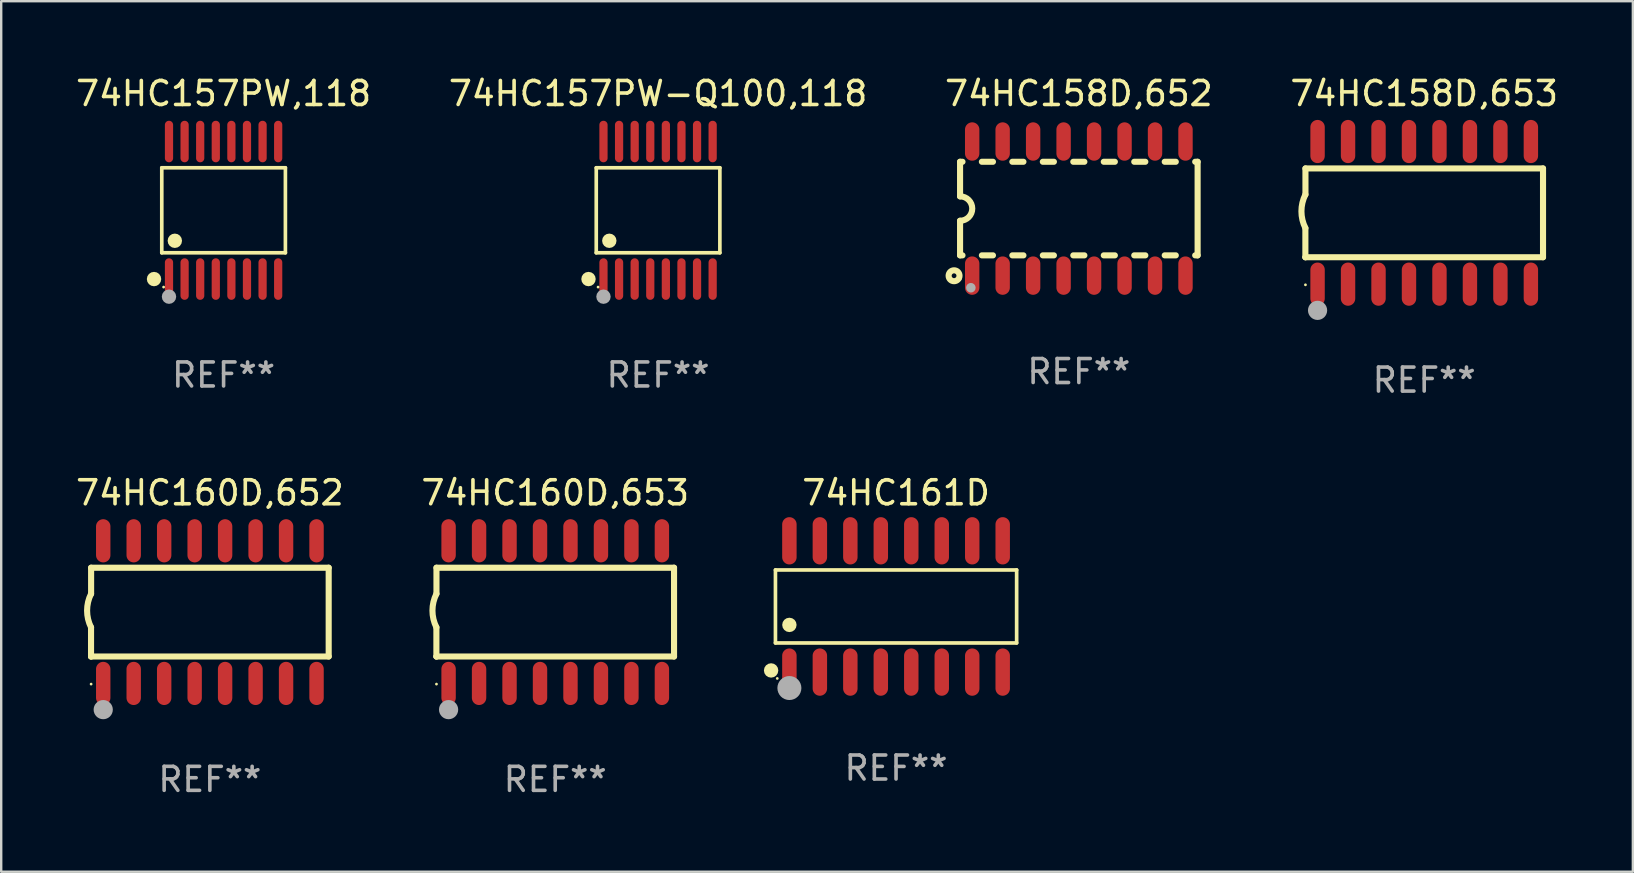
<source format=kicad_pcb>
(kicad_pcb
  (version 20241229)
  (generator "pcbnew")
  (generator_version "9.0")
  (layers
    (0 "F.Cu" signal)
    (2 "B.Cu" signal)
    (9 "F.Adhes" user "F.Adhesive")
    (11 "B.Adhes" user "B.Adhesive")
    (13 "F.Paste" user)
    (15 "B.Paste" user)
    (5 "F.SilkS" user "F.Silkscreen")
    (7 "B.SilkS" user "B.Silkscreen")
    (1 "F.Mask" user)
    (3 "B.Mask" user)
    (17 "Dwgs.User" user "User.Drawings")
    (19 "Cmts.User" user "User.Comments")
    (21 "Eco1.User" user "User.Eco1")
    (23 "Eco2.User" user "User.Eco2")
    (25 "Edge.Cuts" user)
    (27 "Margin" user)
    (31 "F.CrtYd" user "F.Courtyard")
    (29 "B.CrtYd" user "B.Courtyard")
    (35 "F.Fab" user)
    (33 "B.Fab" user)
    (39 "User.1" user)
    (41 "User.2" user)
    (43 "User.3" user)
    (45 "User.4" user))
  (footprint "74HC160D,652"
    (layer "F.Cu")
    (at 5.696 22.46)
    (property "Reference" "74HC160D,652" (at 0 -4.972 0) (layer "F.SilkS") (effects (font (size 1 1) (thickness 0.15))))
    (attr through_hole)
    (fp_line (start -4.952 0.635) (end -4.952 1.85) (stroke (width 0.254) (type solid)) (layer "F.SilkS"))
    (fp_line (start -4.952 1.85) (end -4.949 1.85) (stroke (width 0.254) (type solid)) (layer "F.SilkS"))
    (fp_line (start -4.949 -1.85) (end -4.949 -0.762) (stroke (width 0.254) (type solid)) (layer "F.SilkS"))
    (fp_line (start -4.949 1.85) (end 4.952 1.85) (stroke (width 0.254) (type solid)) (layer "F.SilkS"))
    (fp_line (start 4.952 -1.85) (end -4.949 -1.85) (stroke (width 0.254) (type solid)) (layer "F.SilkS"))
    (fp_line (start 4.952 1.85) (end 4.952 -1.85) (stroke (width 0.254) (type solid)) (layer "F.SilkS"))
    (fp_arc (start -4.951524 0.635001) (mid -5.116418 -0.0635) (end -4.951524 -0.762002) (stroke (width 0.254001) (type solid)) (layer "F.SilkS"))
    (fp_circle (center -4.949 3) (end -4.919 3) (stroke (width 0.06) (type solid)) (fill no) (layer "F.SilkS"))
    (fp_circle (center -4.444 4.064) (end -4.244 4.064) (stroke (width 0.4) (type solid)) (fill no) (layer "F.Fab"))
    (fp_text user "REF**" (at 0 6.972 0) (layer "F.Fab") (effects (font (size 1 1) (thickness 0.15))))
    (pad "1" smd oval (at -4.444 2.972 180) (size 0.6 1.8) (layers "F.Cu" "F.Mask" "F.Paste"))
    (pad "2" smd oval (at -3.174 2.972 180) (size 0.6 1.8) (layers "F.Cu" "F.Mask" "F.Paste"))
    (pad "3" smd oval (at -1.904 2.972 180) (size 0.6 1.8) (layers "F.Cu" "F.Mask" "F.Paste"))
    (pad "4" smd oval (at -0.634 2.972 180) (size 0.6 1.8) (layers "F.Cu" "F.Mask" "F.Paste"))
    (pad "5" smd oval (at 0.636 2.972 180) (size 0.6 1.8) (layers "F.Cu" "F.Mask" "F.Paste"))
    (pad "6" smd oval (at 1.906 2.972 180) (size 0.6 1.8) (layers "F.Cu" "F.Mask" "F.Paste"))
    (pad "7" smd oval (at 3.176 2.972 180) (size 0.6 1.8) (layers "F.Cu" "F.Mask" "F.Paste"))
    (pad "8" smd oval (at 4.446 2.972 180) (size 0.6 1.8) (layers "F.Cu" "F.Mask" "F.Paste"))
    (pad "9" smd oval (at 4.446 -2.972 180) (size 0.6 1.8) (layers "F.Cu" "F.Mask" "F.Paste"))
    (pad "10" smd oval (at 3.176 -2.972 180) (size 0.6 1.8) (layers "F.Cu" "F.Mask" "F.Paste"))
    (pad "11" smd oval (at 1.906 -2.972 180) (size 0.6 1.8) (layers "F.Cu" "F.Mask" "F.Paste"))
    (pad "12" smd oval (at 0.636 -2.972 180) (size 0.6 1.8) (layers "F.Cu" "F.Mask" "F.Paste"))
    (pad "13" smd oval (at -0.634 -2.972 180) (size 0.6 1.8) (layers "F.Cu" "F.Mask" "F.Paste"))
    (pad "14" smd oval (at -1.904 -2.972 180) (size 0.6 1.8) (layers "F.Cu" "F.Mask" "F.Paste"))
    (pad "15" smd oval (at -3.174 -2.972 180) (size 0.6 1.8) (layers "F.Cu" "F.Mask" "F.Paste"))
    (pad "16" smd oval (at -4.444 -2.972 180) (size 0.6 1.8) (layers "F.Cu" "F.Mask" "F.Paste")))
  (footprint "74HC160D,653"
    (layer "F.Cu")
    (at 20.089 22.46)
    (property "Reference" "74HC160D,653" (at 0 -4.972 0) (layer "F.SilkS") (effects (font (size 1 1) (thickness 0.15))))
    (attr through_hole)
    (fp_line (start -4.952 0.635) (end -4.952 1.85) (stroke (width 0.254) (type solid)) (layer "F.SilkS"))
    (fp_line (start -4.952 1.85) (end -4.949 1.85) (stroke (width 0.254) (type solid)) (layer "F.SilkS"))
    (fp_line (start -4.949 -1.85) (end -4.949 -0.762) (stroke (width 0.254) (type solid)) (layer "F.SilkS"))
    (fp_line (start -4.949 1.85) (end 4.952 1.85) (stroke (width 0.254) (type solid)) (layer "F.SilkS"))
    (fp_line (start 4.952 -1.85) (end -4.949 -1.85) (stroke (width 0.254) (type solid)) (layer "F.SilkS"))
    (fp_line (start 4.952 1.85) (end 4.952 -1.85) (stroke (width 0.254) (type solid)) (layer "F.SilkS"))
    (fp_arc (start -4.951524 0.635001) (mid -5.116418 -0.0635) (end -4.951524 -0.762002) (stroke (width 0.254001) (type solid)) (layer "F.SilkS"))
    (fp_circle (center -4.949 3) (end -4.919 3) (stroke (width 0.06) (type solid)) (fill no) (layer "F.SilkS"))
    (fp_circle (center -4.444 4.064) (end -4.244 4.064) (stroke (width 0.4) (type solid)) (fill no) (layer "F.Fab"))
    (fp_text user "REF**" (at 0 6.972 0) (layer "F.Fab") (effects (font (size 1 1) (thickness 0.15))))
    (pad "1" smd oval (at -4.444 2.972 180) (size 0.6 1.8) (layers "F.Cu" "F.Mask" "F.Paste"))
    (pad "2" smd oval (at -3.174 2.972 180) (size 0.6 1.8) (layers "F.Cu" "F.Mask" "F.Paste"))
    (pad "3" smd oval (at -1.904 2.972 180) (size 0.6 1.8) (layers "F.Cu" "F.Mask" "F.Paste"))
    (pad "4" smd oval (at -0.634 2.972 180) (size 0.6 1.8) (layers "F.Cu" "F.Mask" "F.Paste"))
    (pad "5" smd oval (at 0.636 2.972 180) (size 0.6 1.8) (layers "F.Cu" "F.Mask" "F.Paste"))
    (pad "6" smd oval (at 1.906 2.972 180) (size 0.6 1.8) (layers "F.Cu" "F.Mask" "F.Paste"))
    (pad "7" smd oval (at 3.176 2.972 180) (size 0.6 1.8) (layers "F.Cu" "F.Mask" "F.Paste"))
    (pad "8" smd oval (at 4.446 2.972 180) (size 0.6 1.8) (layers "F.Cu" "F.Mask" "F.Paste"))
    (pad "9" smd oval (at 4.446 -2.972 180) (size 0.6 1.8) (layers "F.Cu" "F.Mask" "F.Paste"))
    (pad "10" smd oval (at 3.176 -2.972 180) (size 0.6 1.8) (layers "F.Cu" "F.Mask" "F.Paste"))
    (pad "11" smd oval (at 1.906 -2.972 180) (size 0.6 1.8) (layers "F.Cu" "F.Mask" "F.Paste"))
    (pad "12" smd oval (at 0.636 -2.972 180) (size 0.6 1.8) (layers "F.Cu" "F.Mask" "F.Paste"))
    (pad "13" smd oval (at -0.634 -2.972 180) (size 0.6 1.8) (layers "F.Cu" "F.Mask" "F.Paste"))
    (pad "14" smd oval (at -1.904 -2.972 180) (size 0.6 1.8) (layers "F.Cu" "F.Mask" "F.Paste"))
    (pad "15" smd oval (at -3.174 -2.972 180) (size 0.6 1.8) (layers "F.Cu" "F.Mask" "F.Paste"))
    (pad "16" smd oval (at -4.444 -2.972 180) (size 0.6 1.8) (layers "F.Cu" "F.Mask" "F.Paste")))
  (footprint "74HC157PW,118"
    (layer "F.Cu")
    (at 6.268 5.714)
    (property "Reference" "74HC157PW,118" (at 0 -4.866 0) (layer "F.SilkS") (effects (font (size 1 1) (thickness 0.15))))
    (attr through_hole)
    (fp_line (start -2.576 -1.772) (end 2.576 -1.772) (stroke (width 0.152) (type solid)) (layer "F.SilkS"))
    (fp_line (start -2.576 1.771) (end -2.576 -1.772) (stroke (width 0.152) (type solid)) (layer "F.SilkS"))
    (fp_line (start 2.576 -1.772) (end 2.576 1.771) (stroke (width 0.152) (type solid)) (layer "F.SilkS"))
    (fp_line (start 2.576 1.771) (end -2.576 1.771) (stroke (width 0.152) (type solid)) (layer "F.SilkS"))
    (fp_circle (center -2.899 2.866) (end -2.749 2.866) (stroke (width 0.3) (type solid)) (fill no) (layer "F.SilkS"))
    (fp_circle (center -2.5 3.2) (end -2.47 3.2) (stroke (width 0.06) (type solid)) (fill no) (layer "F.SilkS"))
    (fp_circle (center -2.032 1.27) (end -1.882 1.27) (stroke (width 0.3) (type solid)) (fill no) (layer "F.SilkS"))
    (fp_circle (center -2.275 3.6) (end -2.125 3.6) (stroke (width 0.3) (type solid)) (fill no) (layer "F.Fab"))
    (fp_text user "REF**" (at 0 6.866 0) (layer "F.Fab") (effects (font (size 1 1) (thickness 0.15))))
    (pad "1" smd oval (at -2.275 2.866) (size 0.343 1.731) (layers "F.Cu" "F.Mask" "F.Paste"))
    (pad "2" smd oval (at -1.625 2.866) (size 0.343 1.731) (layers "F.Cu" "F.Mask" "F.Paste"))
    (pad "3" smd oval (at -0.975 2.866) (size 0.343 1.731) (layers "F.Cu" "F.Mask" "F.Paste"))
    (pad "4" smd oval (at -0.325 2.866) (size 0.343 1.731) (layers "F.Cu" "F.Mask" "F.Paste"))
    (pad "5" smd oval (at 0.325 2.866) (size 0.343 1.731) (layers "F.Cu" "F.Mask" "F.Paste"))
    (pad "6" smd oval (at 0.975 2.866) (size 0.343 1.731) (layers "F.Cu" "F.Mask" "F.Paste"))
    (pad "7" smd oval (at 1.625 2.866) (size 0.343 1.731) (layers "F.Cu" "F.Mask" "F.Paste"))
    (pad "8" smd oval (at 2.275 2.866) (size 0.343 1.731) (layers "F.Cu" "F.Mask" "F.Paste"))
    (pad "9" smd oval (at 2.275 -2.866) (size 0.343 1.731) (layers "F.Cu" "F.Mask" "F.Paste"))
    (pad "10" smd oval (at 1.625 -2.866) (size 0.343 1.731) (layers "F.Cu" "F.Mask" "F.Paste"))
    (pad "11" smd oval (at 0.975 -2.866) (size 0.343 1.731) (layers "F.Cu" "F.Mask" "F.Paste"))
    (pad "12" smd oval (at 0.325 -2.866) (size 0.343 1.731) (layers "F.Cu" "F.Mask" "F.Paste"))
    (pad "13" smd oval (at -0.325 -2.866) (size 0.343 1.731) (layers "F.Cu" "F.Mask" "F.Paste"))
    (pad "14" smd oval (at -0.975 -2.866) (size 0.343 1.731) (layers "F.Cu" "F.Mask" "F.Paste"))
    (pad "15" smd oval (at -1.625 -2.866) (size 0.343 1.731) (layers "F.Cu" "F.Mask" "F.Paste"))
    (pad "16" smd oval (at -2.275 -2.866) (size 0.343 1.731) (layers "F.Cu" "F.Mask" "F.Paste")))
  (footprint "74HC157PW-Q100,118"
    (layer "F.Cu")
    (at 24.375 5.714)
    (property "Reference" "74HC157PW-Q100,118" (at 0 -4.866 0) (layer "F.SilkS") (effects (font (size 1 1) (thickness 0.15))))
    (attr through_hole)
    (fp_line (start -2.576 -1.772) (end 2.576 -1.772) (stroke (width 0.152) (type solid)) (layer "F.SilkS"))
    (fp_line (start -2.576 1.771) (end -2.576 -1.772) (stroke (width 0.152) (type solid)) (layer "F.SilkS"))
    (fp_line (start 2.576 -1.772) (end 2.576 1.771) (stroke (width 0.152) (type solid)) (layer "F.SilkS"))
    (fp_line (start 2.576 1.771) (end -2.576 1.771) (stroke (width 0.152) (type solid)) (layer "F.SilkS"))
    (fp_circle (center -2.899 2.866) (end -2.749 2.866) (stroke (width 0.3) (type solid)) (fill no) (layer "F.SilkS"))
    (fp_circle (center -2.5 3.2) (end -2.47 3.2) (stroke (width 0.06) (type solid)) (fill no) (layer "F.SilkS"))
    (fp_circle (center -2.032 1.27) (end -1.882 1.27) (stroke (width 0.3) (type solid)) (fill no) (layer "F.SilkS"))
    (fp_circle (center -2.275 3.6) (end -2.125 3.6) (stroke (width 0.3) (type solid)) (fill no) (layer "F.Fab"))
    (fp_text user "REF**" (at 0 6.866 0) (layer "F.Fab") (effects (font (size 1 1) (thickness 0.15))))
    (pad "1" smd oval (at -2.275 2.866) (size 0.343 1.731) (layers "F.Cu" "F.Mask" "F.Paste"))
    (pad "2" smd oval (at -1.625 2.866) (size 0.343 1.731) (layers "F.Cu" "F.Mask" "F.Paste"))
    (pad "3" smd oval (at -0.975 2.866) (size 0.343 1.731) (layers "F.Cu" "F.Mask" "F.Paste"))
    (pad "4" smd oval (at -0.325 2.866) (size 0.343 1.731) (layers "F.Cu" "F.Mask" "F.Paste"))
    (pad "5" smd oval (at 0.325 2.866) (size 0.343 1.731) (layers "F.Cu" "F.Mask" "F.Paste"))
    (pad "6" smd oval (at 0.975 2.866) (size 0.343 1.731) (layers "F.Cu" "F.Mask" "F.Paste"))
    (pad "7" smd oval (at 1.625 2.866) (size 0.343 1.731) (layers "F.Cu" "F.Mask" "F.Paste"))
    (pad "8" smd oval (at 2.275 2.866) (size 0.343 1.731) (layers "F.Cu" "F.Mask" "F.Paste"))
    (pad "9" smd oval (at 2.275 -2.866) (size 0.343 1.731) (layers "F.Cu" "F.Mask" "F.Paste"))
    (pad "10" smd oval (at 1.625 -2.866) (size 0.343 1.731) (layers "F.Cu" "F.Mask" "F.Paste"))
    (pad "11" smd oval (at 0.975 -2.866) (size 0.343 1.731) (layers "F.Cu" "F.Mask" "F.Paste"))
    (pad "12" smd oval (at 0.325 -2.866) (size 0.343 1.731) (layers "F.Cu" "F.Mask" "F.Paste"))
    (pad "13" smd oval (at -0.325 -2.866) (size 0.343 1.731) (layers "F.Cu" "F.Mask" "F.Paste"))
    (pad "14" smd oval (at -0.975 -2.866) (size 0.343 1.731) (layers "F.Cu" "F.Mask" "F.Paste"))
    (pad "15" smd oval (at -1.625 -2.866) (size 0.343 1.731) (layers "F.Cu" "F.Mask" "F.Paste"))
    (pad "16" smd oval (at -2.275 -2.866) (size 0.343 1.731) (layers "F.Cu" "F.Mask" "F.Paste")))
  (footprint "74HC158D,652"
    (layer "F.Cu")
    (at 41.911 5.642)
    (property "Reference" "74HC158D,652" (at 0 -4.794 0) (layer "F.SilkS") (effects (font (size 1 1) (thickness 0.15))))
    (attr through_hole)
    (fp_line (start -4.95 -1.95) (end -4.95 -0.508) (stroke (width 0.254) (type solid)) (layer "F.SilkS"))
    (fp_line (start -4.95 -1.95) (end -4.849 -1.95) (stroke (width 0.254) (type solid)) (layer "F.SilkS"))
    (fp_line (start -4.95 1.95) (end -4.95 0.508) (stroke (width 0.254) (type solid)) (layer "F.SilkS"))
    (fp_line (start -4.95 1.95) (end -4.849 1.95) (stroke (width 0.254) (type solid)) (layer "F.SilkS"))
    (fp_line (start -4.041 -1.95) (end -3.579 -1.95) (stroke (width 0.254) (type solid)) (layer "F.SilkS"))
    (fp_line (start -4.041 1.95) (end -3.579 1.95) (stroke (width 0.254) (type solid)) (layer "F.SilkS"))
    (fp_line (start -2.771 -1.95) (end -2.309 -1.95) (stroke (width 0.254) (type solid)) (layer "F.SilkS"))
    (fp_line (start -2.771 1.95) (end -2.309 1.95) (stroke (width 0.254) (type solid)) (layer "F.SilkS"))
    (fp_line (start -1.501 -1.95) (end -1.039 -1.95) (stroke (width 0.254) (type solid)) (layer "F.SilkS"))
    (fp_line (start -1.501 1.95) (end -1.039 1.95) (stroke (width 0.254) (type solid)) (layer "F.SilkS"))
    (fp_line (start -0.231 -1.95) (end 0.231 -1.95) (stroke (width 0.254) (type solid)) (layer "F.SilkS"))
    (fp_line (start -0.231 1.95) (end 0.231 1.95) (stroke (width 0.254) (type solid)) (layer "F.SilkS"))
    (fp_line (start 1.039 -1.95) (end 1.501 -1.95) (stroke (width 0.254) (type solid)) (layer "F.SilkS"))
    (fp_line (start 1.039 1.95) (end 1.501 1.95) (stroke (width 0.254) (type solid)) (layer "F.SilkS"))
    (fp_line (start 2.309 -1.95) (end 2.771 -1.95) (stroke (width 0.254) (type solid)) (layer "F.SilkS"))
    (fp_line (start 2.309 1.95) (end 2.771 1.95) (stroke (width 0.254) (type solid)) (layer "F.SilkS"))
    (fp_line (start 3.579 -1.95) (end 4.041 -1.95) (stroke (width 0.254) (type solid)) (layer "F.SilkS"))
    (fp_line (start 3.579 1.95) (end 4.041 1.95) (stroke (width 0.254) (type solid)) (layer "F.SilkS"))
    (fp_line (start 4.849 -1.95) (end 4.95 -1.95) (stroke (width 0.254) (type solid)) (layer "F.SilkS"))
    (fp_line (start 4.849 1.95) (end 4.95 1.95) (stroke (width 0.254) (type solid)) (layer "F.SilkS"))
    (fp_line (start 4.95 -1.95) (end 4.95 1.95) (stroke (width 0.254) (type solid)) (layer "F.SilkS"))
    (fp_arc (start -4.95047 -0.508001) (mid -4.442469 -0.000228) (end -4.950013 0.508001) (stroke (width 0.254001) (type solid)) (layer "F.SilkS"))
    (fp_circle (center -5.2 2.8) (end -5.1 2.8) (stroke (width 0.254) (type solid)) (fill no) (layer "F.SilkS"))
    (fp_circle (center -4.95 2.947) (end -4.92 2.947) (stroke (width 0.06) (type solid)) (fill no) (layer "F.SilkS"))
    (fp_circle (center -4.5 3.3) (end -4.4 3.3) (stroke (width 0.2) (type solid)) (fill no) (layer "F.Fab"))
    (fp_text user "REF**" (at 0 6.794 0) (layer "F.Fab") (effects (font (size 1 1) (thickness 0.15))))
    (pad "1" smd oval (at -4.445 2.794) (size 0.6 1.6) (layers "F.Cu" "F.Mask" "F.Paste"))
    (pad "2" smd oval (at -3.175 2.794) (size 0.6 1.6) (layers "F.Cu" "F.Mask" "F.Paste"))
    (pad "3" smd oval (at -1.905 2.794) (size 0.6 1.6) (layers "F.Cu" "F.Mask" "F.Paste"))
    (pad "4" smd oval (at -0.635 2.794) (size 0.6 1.6) (layers "F.Cu" "F.Mask" "F.Paste"))
    (pad "5" smd oval (at 0.635 2.794) (size 0.6 1.6) (layers "F.Cu" "F.Mask" "F.Paste"))
    (pad "6" smd oval (at 1.905 2.794) (size 0.6 1.6) (layers "F.Cu" "F.Mask" "F.Paste"))
    (pad "7" smd oval (at 3.175 2.794) (size 0.6 1.6) (layers "F.Cu" "F.Mask" "F.Paste"))
    (pad "8" smd oval (at 4.445 2.794) (size 0.6 1.6) (layers "F.Cu" "F.Mask" "F.Paste"))
    (pad "9" smd oval (at 4.445 -2.794) (size 0.6 1.6) (layers "F.Cu" "F.Mask" "F.Paste"))
    (pad "10" smd oval (at 3.175 -2.794) (size 0.6 1.6) (layers "F.Cu" "F.Mask" "F.Paste"))
    (pad "11" smd oval (at 1.905 -2.794) (size 0.6 1.6) (layers "F.Cu" "F.Mask" "F.Paste"))
    (pad "12" smd oval (at 0.635 -2.794) (size 0.6 1.6) (layers "F.Cu" "F.Mask" "F.Paste"))
    (pad "13" smd oval (at -0.635 -2.794) (size 0.6 1.6) (layers "F.Cu" "F.Mask" "F.Paste"))
    (pad "14" smd oval (at -1.905 -2.794) (size 0.6 1.6) (layers "F.Cu" "F.Mask" "F.Paste"))
    (pad "15" smd oval (at -3.175 -2.794) (size 0.6 1.6) (layers "F.Cu" "F.Mask" "F.Paste"))
    (pad "16" smd oval (at -4.445 -2.794) (size 0.6 1.6) (layers "F.Cu" "F.Mask" "F.Paste")))
  (footprint "74HC158D,653"
    (layer "F.Cu")
    (at 56.304 5.82)
    (property "Reference" "74HC158D,653" (at 0 -4.972 0) (layer "F.SilkS") (effects (font (size 1 1) (thickness 0.15))))
    (attr through_hole)
    (fp_line (start -4.952 0.635) (end -4.952 1.85) (stroke (width 0.254) (type solid)) (layer "F.SilkS"))
    (fp_line (start -4.952 1.85) (end -4.949 1.85) (stroke (width 0.254) (type solid)) (layer "F.SilkS"))
    (fp_line (start -4.949 -1.85) (end -4.949 -0.762) (stroke (width 0.254) (type solid)) (layer "F.SilkS"))
    (fp_line (start -4.949 1.85) (end 4.952 1.85) (stroke (width 0.254) (type solid)) (layer "F.SilkS"))
    (fp_line (start 4.952 -1.85) (end -4.949 -1.85) (stroke (width 0.254) (type solid)) (layer "F.SilkS"))
    (fp_line (start 4.952 1.85) (end 4.952 -1.85) (stroke (width 0.254) (type solid)) (layer "F.SilkS"))
    (fp_arc (start -4.951524 0.635001) (mid -5.116418 -0.0635) (end -4.951524 -0.762002) (stroke (width 0.254001) (type solid)) (layer "F.SilkS"))
    (fp_circle (center -4.949 3) (end -4.919 3) (stroke (width 0.06) (type solid)) (fill no) (layer "F.SilkS"))
    (fp_circle (center -4.444 4.064) (end -4.244 4.064) (stroke (width 0.4) (type solid)) (fill no) (layer "F.Fab"))
    (fp_text user "REF**" (at 0 6.972 0) (layer "F.Fab") (effects (font (size 1 1) (thickness 0.15))))
    (pad "1" smd oval (at -4.444 2.972 180) (size 0.6 1.8) (layers "F.Cu" "F.Mask" "F.Paste"))
    (pad "2" smd oval (at -3.174 2.972 180) (size 0.6 1.8) (layers "F.Cu" "F.Mask" "F.Paste"))
    (pad "3" smd oval (at -1.904 2.972 180) (size 0.6 1.8) (layers "F.Cu" "F.Mask" "F.Paste"))
    (pad "4" smd oval (at -0.634 2.972 180) (size 0.6 1.8) (layers "F.Cu" "F.Mask" "F.Paste"))
    (pad "5" smd oval (at 0.636 2.972 180) (size 0.6 1.8) (layers "F.Cu" "F.Mask" "F.Paste"))
    (pad "6" smd oval (at 1.906 2.972 180) (size 0.6 1.8) (layers "F.Cu" "F.Mask" "F.Paste"))
    (pad "7" smd oval (at 3.176 2.972 180) (size 0.6 1.8) (layers "F.Cu" "F.Mask" "F.Paste"))
    (pad "8" smd oval (at 4.446 2.972 180) (size 0.6 1.8) (layers "F.Cu" "F.Mask" "F.Paste"))
    (pad "9" smd oval (at 4.446 -2.972 180) (size 0.6 1.8) (layers "F.Cu" "F.Mask" "F.Paste"))
    (pad "10" smd oval (at 3.176 -2.972 180) (size 0.6 1.8) (layers "F.Cu" "F.Mask" "F.Paste"))
    (pad "11" smd oval (at 1.906 -2.972 180) (size 0.6 1.8) (layers "F.Cu" "F.Mask" "F.Paste"))
    (pad "12" smd oval (at 0.636 -2.972 180) (size 0.6 1.8) (layers "F.Cu" "F.Mask" "F.Paste"))
    (pad "13" smd oval (at -0.634 -2.972 180) (size 0.6 1.8) (layers "F.Cu" "F.Mask" "F.Paste"))
    (pad "14" smd oval (at -1.904 -2.972 180) (size 0.6 1.8) (layers "F.Cu" "F.Mask" "F.Paste"))
    (pad "15" smd oval (at -3.174 -2.972 180) (size 0.6 1.8) (layers "F.Cu" "F.Mask" "F.Paste"))
    (pad "16" smd oval (at -4.444 -2.972 180) (size 0.6 1.8) (layers "F.Cu" "F.Mask" "F.Paste")))
  (footprint "74HC161D"
    (layer "F.Cu")
    (at 34.293 22.224)
    (property "Reference" "74HC161D" (at 0 -4.736 0) (layer "F.SilkS") (effects (font (size 1 1) (thickness 0.15))))
    (attr through_hole)
    (fp_line (start -5.026 -1.521) (end 5.026 -1.521) (stroke (width 0.152) (type solid)) (layer "F.SilkS"))
    (fp_line (start -5.026 1.521) (end -5.026 -1.521) (stroke (width 0.152) (type solid)) (layer "F.SilkS"))
    (fp_line (start 5.026 -1.521) (end 5.026 1.521) (stroke (width 0.152) (type solid)) (layer "F.SilkS"))
    (fp_line (start 5.026 1.521) (end -5.026 1.521) (stroke (width 0.152) (type solid)) (layer "F.SilkS"))
    (fp_circle (center -5.207 2.667) (end -5.057 2.667) (stroke (width 0.3) (type solid)) (fill no) (layer "F.SilkS"))
    (fp_circle (center -4.95 3) (end -4.92 3) (stroke (width 0.06) (type solid)) (fill no) (layer "F.SilkS"))
    (fp_circle (center -4.445 0.769) (end -4.295 0.769) (stroke (width 0.3) (type solid)) (fill no) (layer "F.SilkS"))
    (fp_circle (center -4.445 3.4) (end -4.195 3.4) (stroke (width 0.5) (type solid)) (fill no) (layer "F.Fab"))
    (fp_text user "REF**" (at 0 6.736 0) (layer "F.Fab") (effects (font (size 1 1) (thickness 0.15))))
    (pad "1" smd oval (at -4.445 2.736) (size 0.602 1.971) (layers "F.Cu" "F.Mask" "F.Paste"))
    (pad "2" smd oval (at -3.175 2.736) (size 0.602 1.971) (layers "F.Cu" "F.Mask" "F.Paste"))
    (pad "3" smd oval (at -1.905 2.736) (size 0.602 1.971) (layers "F.Cu" "F.Mask" "F.Paste"))
    (pad "4" smd oval (at -0.635 2.736) (size 0.602 1.971) (layers "F.Cu" "F.Mask" "F.Paste"))
    (pad "5" smd oval (at 0.635 2.736) (size 0.602 1.971) (layers "F.Cu" "F.Mask" "F.Paste"))
    (pad "6" smd oval (at 1.905 2.736) (size 0.602 1.971) (layers "F.Cu" "F.Mask" "F.Paste"))
    (pad "7" smd oval (at 3.175 2.736) (size 0.602 1.971) (layers "F.Cu" "F.Mask" "F.Paste"))
    (pad "8" smd oval (at 4.445 2.736) (size 0.602 1.971) (layers "F.Cu" "F.Mask" "F.Paste"))
    (pad "9" smd oval (at 4.445 -2.736) (size 0.602 1.971) (layers "F.Cu" "F.Mask" "F.Paste"))
    (pad "10" smd oval (at 3.175 -2.736) (size 0.602 1.971) (layers "F.Cu" "F.Mask" "F.Paste"))
    (pad "11" smd oval (at 1.905 -2.736) (size 0.602 1.971) (layers "F.Cu" "F.Mask" "F.Paste"))
    (pad "12" smd oval (at 0.635 -2.736) (size 0.602 1.971) (layers "F.Cu" "F.Mask" "F.Paste"))
    (pad "13" smd oval (at -0.635 -2.736) (size 0.602 1.971) (layers "F.Cu" "F.Mask" "F.Paste"))
    (pad "14" smd oval (at -1.905 -2.736) (size 0.602 1.971) (layers "F.Cu" "F.Mask" "F.Paste"))
    (pad "15" smd oval (at -3.175 -2.736) (size 0.602 1.971) (layers "F.Cu" "F.Mask" "F.Paste"))
    (pad "16" smd oval (at -4.445 -2.736) (size 0.602 1.971) (layers "F.Cu" "F.Mask" "F.Paste")))
  (gr_rect
    (start -3 -3)
    (end 65 33.28)
    (stroke (width 0.1) (type default))
    (fill no)
    (layer "Edge.Cuts")))
</source>
